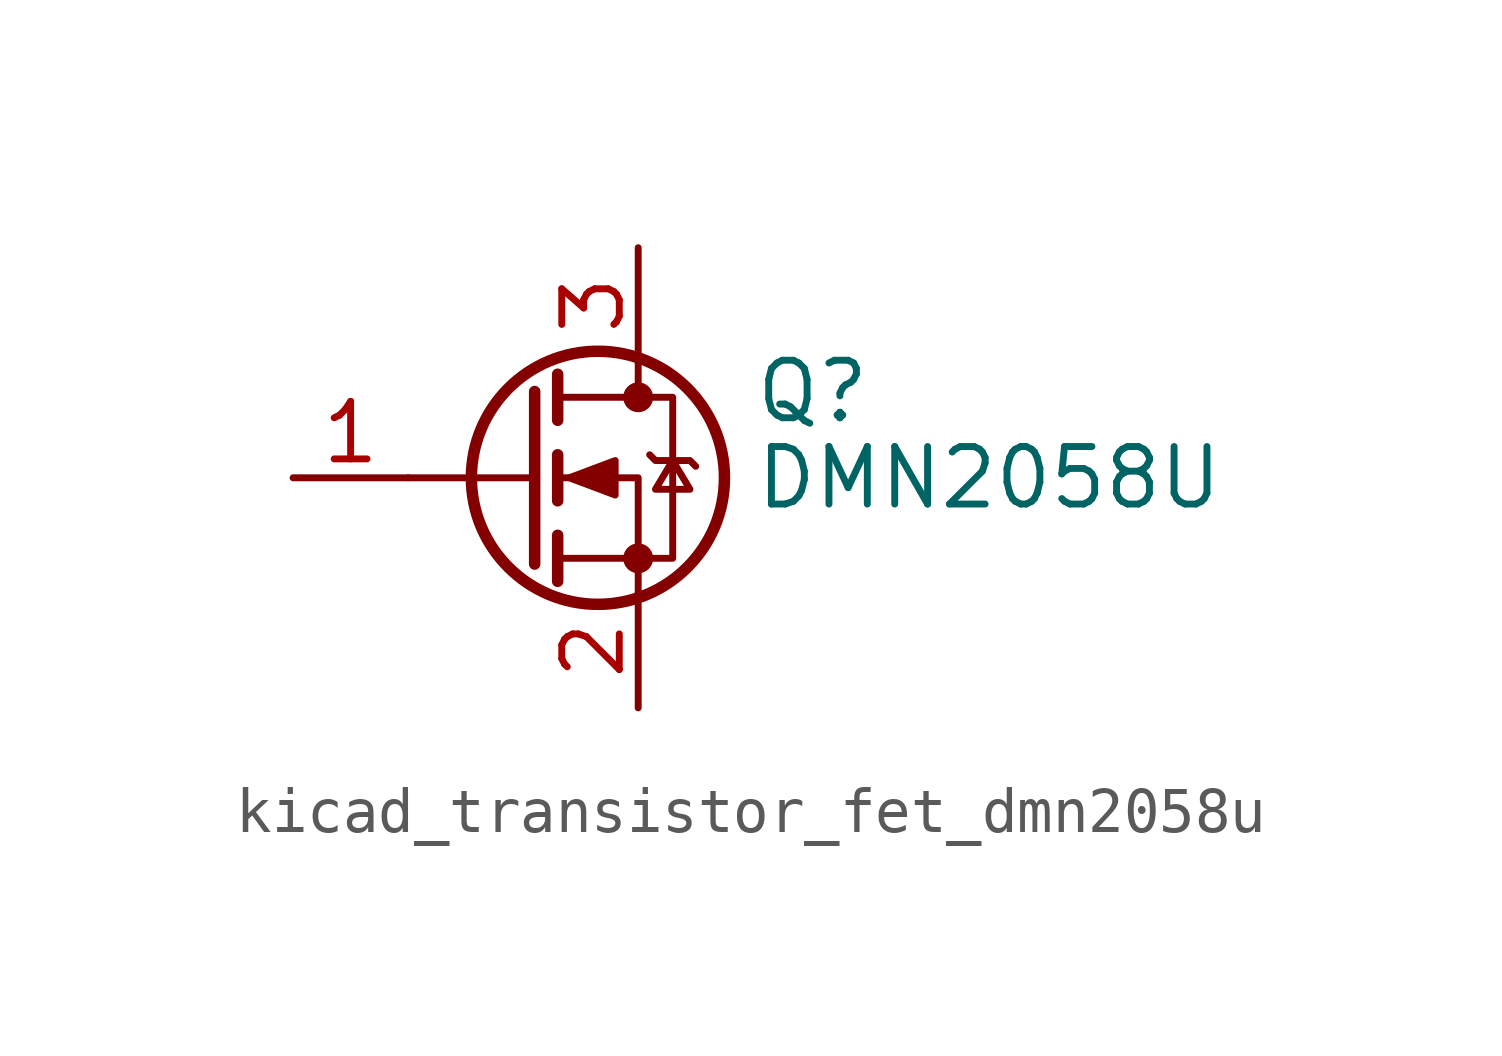
<source format=kicad_sym>
(kicad_symbol_lib
  (version 20220914)
  (generator kicad_symbol_editor)
  (symbol "kicad_transistor_fet_dmn2058u"
    (pin_names hide)
    (property "Reference" "Q"
      (at 5.08 1.905 0)
      (effects (font (size 1.27 1.27)) (justify left)))
    (property "Value" "DMN2058U"
      (at 5.08 0 0)
      (effects (font (size 1.27 1.27)) (justify left)))
    (symbol "kicad_transistor_fet_dmn2058u_0_1"
      (polyline (pts (xy 0.254 0) (xy -2.54 0)) (stroke (width 0) (type default)) (fill (type none)))
      (polyline (pts (xy 0.254 1.905) (xy 0.254 -1.905)) (stroke (width 0.254) (type default)) (fill (type none)))
      (polyline (pts (xy 0.762 -1.27) (xy 0.762 -2.286)) (stroke (width 0.254) (type default)) (fill (type none)))
      (polyline (pts (xy 0.762 0.508) (xy 0.762 -0.508)) (stroke (width 0.254) (type default)) (fill (type none)))
      (polyline (pts (xy 0.762 2.286) (xy 0.762 1.27)) (stroke (width 0.254) (type default)) (fill (type none)))
      (polyline (pts (xy 2.54 2.54) (xy 2.54 1.778)) (stroke (width 0) (type default)) (fill (type none)))
      (polyline (pts (xy 2.54 -2.54) (xy 2.54 0) (xy 0.762 0)) (stroke (width 0) (type default)) (fill (type none)))
      (polyline (pts (xy 0.762 -1.778) (xy 3.302 -1.778) (xy 3.302 1.778) (xy 0.762 1.778)) (stroke (width 0) (type default)) (fill (type none)))
      (polyline (pts (xy 1.016 0) (xy 2.032 0.381) (xy 2.032 -0.381) (xy 1.016 0)) (stroke (width 0) (type default)) (fill (type outline)))
      (polyline (pts (xy 2.794 0.508) (xy 2.921 0.381) (xy 3.683 0.381) (xy 3.81 0.254)) (stroke (width 0) (type default)) (fill (type none)))
      (polyline (pts (xy 3.302 0.381) (xy 2.921 -0.254) (xy 3.683 -0.254) (xy 3.302 0.381)) (stroke (width 0) (type default)) (fill (type none)))
      (circle (center 1.651 0) (radius 2.794) (stroke (width 0.254) (type default)) (fill (type none)))
      (circle (center 2.54 -1.778) (radius 0.254) (stroke (width 0) (type default)) (fill (type outline)))
      (circle (center 2.54 1.778) (radius 0.254) (stroke (width 0) (type default)) (fill (type outline))))
    (symbol "kicad_transistor_fet_dmn2058u_1_1"
      (pin input line (at -5.08 0 0) (length 2.54) (name "G" (effects (font (size 1.27 1.27)))) (number "1" (effects (font (size 1.27 1.27)))))
      (pin passive line (at 2.54 -5.08 90) (length 2.54) (name "S" (effects (font (size 1.27 1.27)))) (number "2" (effects (font (size 1.27 1.27)))))
      (pin passive line (at 2.54 5.08 270) (length 2.54) (name "D" (effects (font (size 1.27 1.27)))) (number "3" (effects (font (size 1.27 1.27))))))))
</source>
